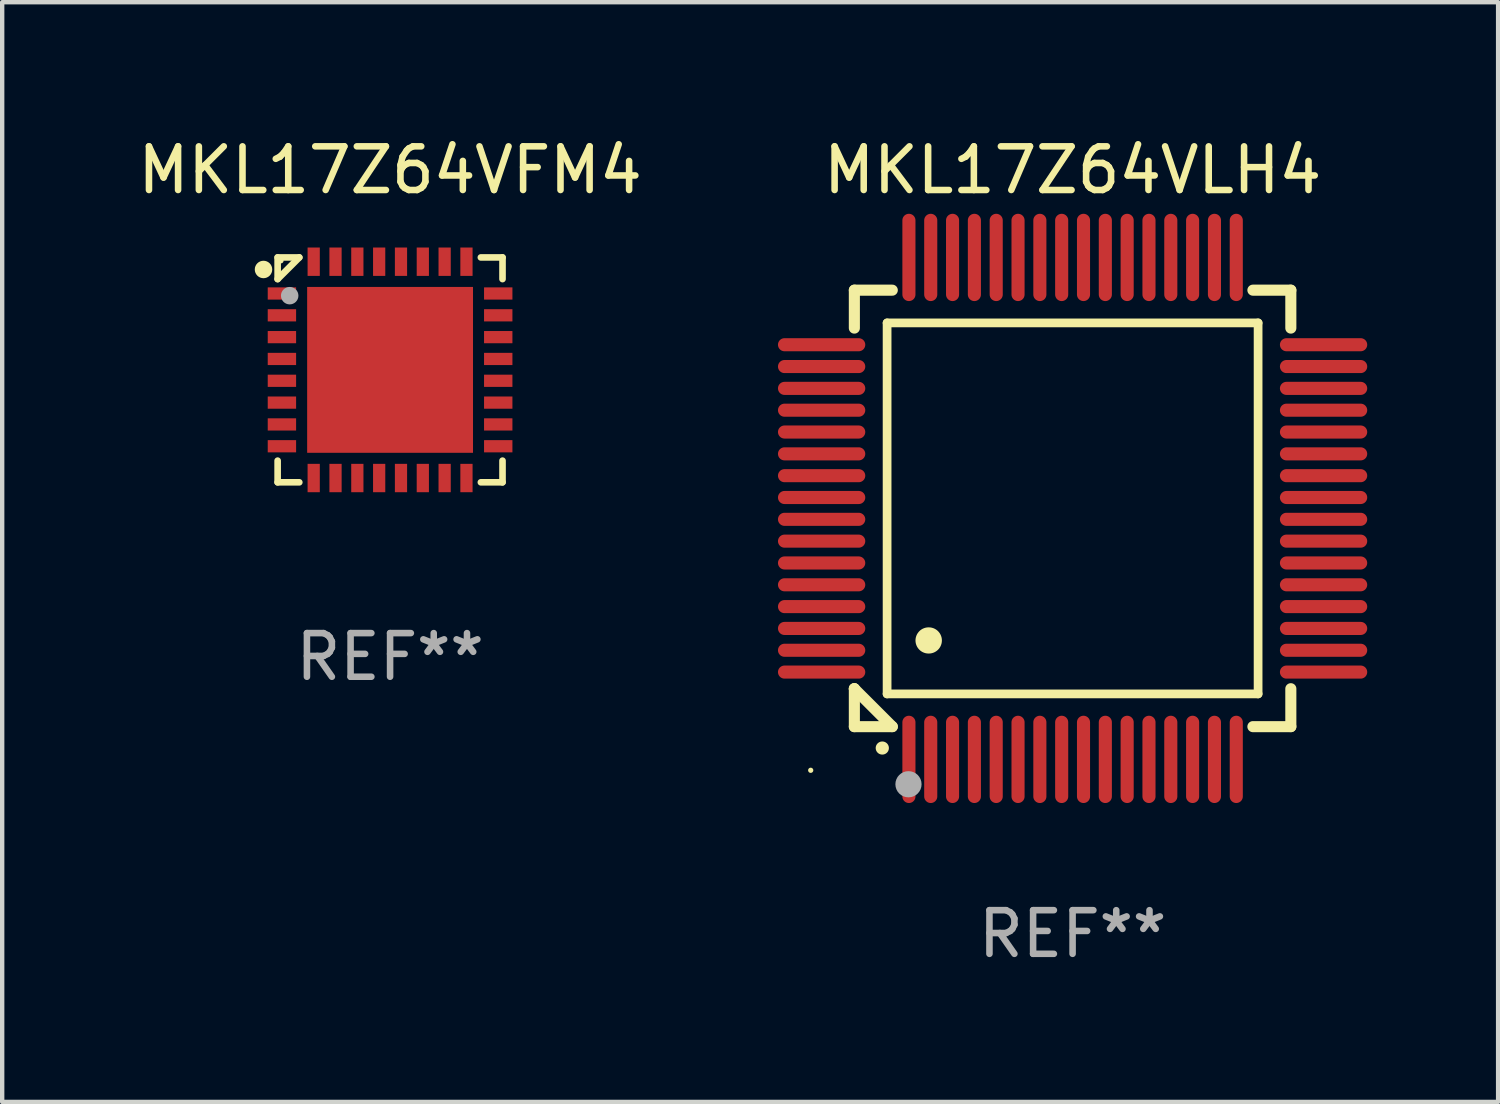
<source format=kicad_pcb>
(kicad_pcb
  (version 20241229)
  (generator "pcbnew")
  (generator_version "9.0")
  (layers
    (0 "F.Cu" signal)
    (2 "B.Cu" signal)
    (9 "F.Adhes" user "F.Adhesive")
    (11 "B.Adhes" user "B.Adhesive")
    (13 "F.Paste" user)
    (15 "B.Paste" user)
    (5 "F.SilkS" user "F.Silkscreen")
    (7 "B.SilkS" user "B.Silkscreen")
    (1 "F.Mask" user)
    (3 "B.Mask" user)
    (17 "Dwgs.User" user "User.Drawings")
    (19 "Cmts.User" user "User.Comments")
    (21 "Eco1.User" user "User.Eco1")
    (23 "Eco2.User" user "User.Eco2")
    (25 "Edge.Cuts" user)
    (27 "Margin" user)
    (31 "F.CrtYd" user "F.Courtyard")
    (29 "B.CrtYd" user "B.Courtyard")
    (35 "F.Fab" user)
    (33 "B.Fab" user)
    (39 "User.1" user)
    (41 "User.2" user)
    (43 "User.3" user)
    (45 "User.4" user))
  (footprint "MKL17Z64VFM4"
    (layer "F.Cu")
    (at 5.887 5.424)
    (property "Reference" "MKL17Z64VFM4" (at 0 -4.576 0) (layer "F.SilkS") (effects (font (size 1 1) (thickness 0.15))))
    (attr through_hole)
    (fp_line (start -2.576 -2.576) (end -2.576 -2.08) (stroke (width 0.152) (type solid)) (layer "F.SilkS"))
    (fp_line (start -2.576 2.576) (end -2.576 2.08) (stroke (width 0.152) (type solid)) (layer "F.SilkS"))
    (fp_line (start -2.08 -2.576) (end -2.576 -2.576) (stroke (width 0.152) (type solid)) (layer "F.SilkS"))
    (fp_line (start -2.08 -2.576) (end -2.576 -2.08) (stroke (width 0.152) (type solid)) (layer "F.SilkS"))
    (fp_line (start -2.08 2.576) (end -2.576 2.576) (stroke (width 0.152) (type solid)) (layer "F.SilkS"))
    (fp_line (start 2.08 -2.576) (end 2.576 -2.576) (stroke (width 0.152) (type solid)) (layer "F.SilkS"))
    (fp_line (start 2.08 2.576) (end 2.576 2.576) (stroke (width 0.152) (type solid)) (layer "F.SilkS"))
    (fp_line (start 2.576 -2.576) (end 2.576 -2.08) (stroke (width 0.152) (type solid)) (layer "F.SilkS"))
    (fp_line (start 2.576 2.576) (end 2.576 2.08) (stroke (width 0.152) (type solid)) (layer "F.SilkS"))
    (fp_circle (center -2.9 -2.3) (end -2.8 -2.3) (stroke (width 0.2) (type solid)) (fill no) (layer "F.SilkS"))
    (fp_circle (center -2.5 -2.5) (end -2.47 -2.5) (stroke (width 0.06) (type solid)) (fill no) (layer "F.SilkS"))
    (fp_circle (center -2.3 -1.7) (end -2.2 -1.7) (stroke (width 0.2) (type solid)) (fill no) (layer "F.Fab"))
    (fp_text user "REF**" (at 0 6.576 0) (layer "F.Fab") (effects (font (size 1 1) (thickness 0.15))))
    (pad "1" smd rect (at -2.478 -1.75) (size 0.65 0.28) (layers "F.Cu" "F.Mask" "F.Paste"))
    (pad "2" smd rect (at -2.478 -1.25) (size 0.65 0.28) (layers "F.Cu" "F.Mask" "F.Paste"))
    (pad "3" smd rect (at -2.478 -0.75) (size 0.65 0.28) (layers "F.Cu" "F.Mask" "F.Paste"))
    (pad "4" smd rect (at -2.478 -0.25) (size 0.65 0.28) (layers "F.Cu" "F.Mask" "F.Paste"))
    (pad "5" smd rect (at -2.478 0.25) (size 0.65 0.28) (layers "F.Cu" "F.Mask" "F.Paste"))
    (pad "6" smd rect (at -2.478 0.75) (size 0.65 0.28) (layers "F.Cu" "F.Mask" "F.Paste"))
    (pad "7" smd rect (at -2.478 1.25) (size 0.65 0.28) (layers "F.Cu" "F.Mask" "F.Paste"))
    (pad "8" smd rect (at -2.478 1.75) (size 0.65 0.28) (layers "F.Cu" "F.Mask" "F.Paste"))
    (pad "9" smd rect (at -1.75 2.478) (size 0.28 0.65) (layers "F.Cu" "F.Mask" "F.Paste"))
    (pad "10" smd rect (at -1.25 2.478) (size 0.28 0.65) (layers "F.Cu" "F.Mask" "F.Paste"))
    (pad "11" smd rect (at -0.75 2.478) (size 0.28 0.65) (layers "F.Cu" "F.Mask" "F.Paste"))
    (pad "12" smd rect (at -0.25 2.478) (size 0.28 0.65) (layers "F.Cu" "F.Mask" "F.Paste"))
    (pad "13" smd rect (at 0.25 2.478) (size 0.28 0.65) (layers "F.Cu" "F.Mask" "F.Paste"))
    (pad "14" smd rect (at 0.75 2.478) (size 0.28 0.65) (layers "F.Cu" "F.Mask" "F.Paste"))
    (pad "15" smd rect (at 1.25 2.478) (size 0.28 0.65) (layers "F.Cu" "F.Mask" "F.Paste"))
    (pad "16" smd rect (at 1.75 2.478) (size 0.28 0.65) (layers "F.Cu" "F.Mask" "F.Paste"))
    (pad "17" smd rect (at 2.478 1.75) (size 0.65 0.28) (layers "F.Cu" "F.Mask" "F.Paste"))
    (pad "18" smd rect (at 2.478 1.25) (size 0.65 0.28) (layers "F.Cu" "F.Mask" "F.Paste"))
    (pad "19" smd rect (at 2.478 0.75) (size 0.65 0.28) (layers "F.Cu" "F.Mask" "F.Paste"))
    (pad "20" smd rect (at 2.478 0.25) (size 0.65 0.28) (layers "F.Cu" "F.Mask" "F.Paste"))
    (pad "21" smd rect (at 2.478 -0.25) (size 0.65 0.28) (layers "F.Cu" "F.Mask" "F.Paste"))
    (pad "22" smd rect (at 2.478 -0.75) (size 0.65 0.28) (layers "F.Cu" "F.Mask" "F.Paste"))
    (pad "23" smd rect (at 2.478 -1.25) (size 0.65 0.28) (layers "F.Cu" "F.Mask" "F.Paste"))
    (pad "24" smd rect (at 2.478 -1.75) (size 0.65 0.28) (layers "F.Cu" "F.Mask" "F.Paste"))
    (pad "25" smd rect (at 1.75 -2.478) (size 0.28 0.65) (layers "F.Cu" "F.Mask" "F.Paste"))
    (pad "26" smd rect (at 1.25 -2.478) (size 0.28 0.65) (layers "F.Cu" "F.Mask" "F.Paste"))
    (pad "27" smd rect (at 0.75 -2.478) (size 0.28 0.65) (layers "F.Cu" "F.Mask" "F.Paste"))
    (pad "28" smd rect (at 0.25 -2.478) (size 0.28 0.65) (layers "F.Cu" "F.Mask" "F.Paste"))
    (pad "29" smd rect (at -0.25 -2.478) (size 0.28 0.65) (layers "F.Cu" "F.Mask" "F.Paste"))
    (pad "30" smd rect (at -0.75 -2.478) (size 0.28 0.65) (layers "F.Cu" "F.Mask" "F.Paste"))
    (pad "31" smd rect (at -1.25 -2.478) (size 0.28 0.65) (layers "F.Cu" "F.Mask" "F.Paste"))
    (pad "32" smd rect (at -1.75 -2.478) (size 0.28 0.65) (layers "F.Cu" "F.Mask" "F.Paste"))
    (pad "33" smd rect (at 0 0) (size 3.8 3.8) (layers "F.Cu" "F.Mask" "F.Paste")))
  (footprint "MKL17Z64VLH4"
    (layer "F.Cu")
    (at 21.524 8.598)
    (property "Reference" "MKL17Z64VLH4" (at 0 -7.75 0) (layer "F.SilkS") (effects (font (size 1 1) (thickness 0.15))))
    (attr through_hole)
    (fp_line (start -5 -5) (end -4.131 -5) (stroke (width 0.254) (type solid)) (layer "F.SilkS"))
    (fp_line (start -5 -4.131) (end -5 -5) (stroke (width 0.254) (type solid)) (layer "F.SilkS"))
    (fp_line (start -5 4.131) (end -5 4.131) (stroke (width 0.254) (type solid)) (layer "F.SilkS"))
    (fp_line (start -5 5) (end -5 4.131) (stroke (width 0.254) (type solid)) (layer "F.SilkS"))
    (fp_line (start -5 4.131) (end -4.131 5) (stroke (width 0.254) (type solid)) (layer "F.SilkS"))
    (fp_line (start -4.25 -4.25) (end -4.25 4.25) (stroke (width 0.2) (type solid)) (layer "F.SilkS"))
    (fp_line (start -4.25 4.25) (end 4.25 4.25) (stroke (width 0.2) (type solid)) (layer "F.SilkS"))
    (fp_line (start -4.131 5) (end -5 5) (stroke (width 0.254) (type solid)) (layer "F.SilkS"))
    (fp_line (start 4.25 -4.25) (end -4.25 -4.25) (stroke (width 0.2) (type solid)) (layer "F.SilkS"))
    (fp_line (start 4.25 4.25) (end 4.25 -4.25) (stroke (width 0.2) (type solid)) (layer "F.SilkS"))
    (fp_line (start 5 -5) (end 4.131 -5) (stroke (width 0.254) (type solid)) (layer "F.SilkS"))
    (fp_line (start 5 -5) (end 5 -4.131) (stroke (width 0.254) (type solid)) (layer "F.SilkS"))
    (fp_line (start 5 4.131) (end 5 5) (stroke (width 0.254) (type solid)) (layer "F.SilkS"))
    (fp_line (start 5 5) (end 4.131 5) (stroke (width 0.254) (type solid)) (layer "F.SilkS"))
    (fp_arc (start -4.361265 5.489992) (mid -4.359995 5.489987) (end -4.358725 5.489992) (stroke (width 0.3) (type solid)) (layer "F.SilkS"))
    (fp_arc (start -3.299467 3.025146) (mid -3.296927 3.025135) (end -3.294387 3.025146) (stroke (width 0.6) (type solid)) (layer "F.SilkS"))
    (fp_circle (center -6 6) (end -5.97 6) (stroke (width 0.06) (type solid)) (fill no) (layer "F.SilkS"))
    (fp_circle (center -3.76 6.32) (end -3.61 6.32) (stroke (width 0.3) (type solid)) (fill no) (layer "F.Fab"))
    (fp_text user "REF**" (at 0 9.75 0) (layer "F.Fab") (effects (font (size 1 1) (thickness 0.15))))
    (pad "1" smd oval (at -3.75 5.75) (size 0.3 2) (layers "F.Cu" "F.Mask" "F.Paste"))
    (pad "2" smd oval (at -3.25 5.75) (size 0.3 2) (layers "F.Cu" "F.Mask" "F.Paste"))
    (pad "3" smd oval (at -2.75 5.75) (size 0.3 2) (layers "F.Cu" "F.Mask" "F.Paste"))
    (pad "4" smd oval (at -2.25 5.75) (size 0.3 2) (layers "F.Cu" "F.Mask" "F.Paste"))
    (pad "5" smd oval (at -1.75 5.75) (size 0.3 2) (layers "F.Cu" "F.Mask" "F.Paste"))
    (pad "6" smd oval (at -1.25 5.75) (size 0.3 2) (layers "F.Cu" "F.Mask" "F.Paste"))
    (pad "7" smd oval (at -0.75 5.75) (size 0.3 2) (layers "F.Cu" "F.Mask" "F.Paste"))
    (pad "8" smd oval (at -0.25 5.75) (size 0.3 2) (layers "F.Cu" "F.Mask" "F.Paste"))
    (pad "9" smd oval (at 0.25 5.75) (size 0.3 2) (layers "F.Cu" "F.Mask" "F.Paste"))
    (pad "10" smd oval (at 0.75 5.75) (size 0.3 2) (layers "F.Cu" "F.Mask" "F.Paste"))
    (pad "11" smd oval (at 1.25 5.75) (size 0.3 2) (layers "F.Cu" "F.Mask" "F.Paste"))
    (pad "12" smd oval (at 1.75 5.75) (size 0.3 2) (layers "F.Cu" "F.Mask" "F.Paste"))
    (pad "13" smd oval (at 2.25 5.75) (size 0.3 2) (layers "F.Cu" "F.Mask" "F.Paste"))
    (pad "14" smd oval (at 2.75 5.75) (size 0.3 2) (layers "F.Cu" "F.Mask" "F.Paste"))
    (pad "15" smd oval (at 3.25 5.75) (size 0.3 2) (layers "F.Cu" "F.Mask" "F.Paste"))
    (pad "16" smd oval (at 3.75 5.75) (size 0.3 2) (layers "F.Cu" "F.Mask" "F.Paste"))
    (pad "17" smd oval (at 5.75 3.75) (size 2 0.3) (layers "F.Cu" "F.Mask" "F.Paste"))
    (pad "18" smd oval (at 5.75 3.25) (size 2 0.3) (layers "F.Cu" "F.Mask" "F.Paste"))
    (pad "19" smd oval (at 5.75 2.75) (size 2 0.3) (layers "F.Cu" "F.Mask" "F.Paste"))
    (pad "20" smd oval (at 5.75 2.25) (size 2 0.3) (layers "F.Cu" "F.Mask" "F.Paste"))
    (pad "21" smd oval (at 5.75 1.75) (size 2 0.3) (layers "F.Cu" "F.Mask" "F.Paste"))
    (pad "22" smd oval (at 5.75 1.25) (size 2 0.3) (layers "F.Cu" "F.Mask" "F.Paste"))
    (pad "23" smd oval (at 5.75 0.75) (size 2 0.3) (layers "F.Cu" "F.Mask" "F.Paste"))
    (pad "24" smd oval (at 5.75 0.25) (size 2 0.3) (layers "F.Cu" "F.Mask" "F.Paste"))
    (pad "25" smd oval (at 5.75 -0.25) (size 2 0.3) (layers "F.Cu" "F.Mask" "F.Paste"))
    (pad "26" smd oval (at 5.75 -0.75) (size 2 0.3) (layers "F.Cu" "F.Mask" "F.Paste"))
    (pad "27" smd oval (at 5.75 -1.25) (size 2 0.3) (layers "F.Cu" "F.Mask" "F.Paste"))
    (pad "28" smd oval (at 5.75 -1.75) (size 2 0.3) (layers "F.Cu" "F.Mask" "F.Paste"))
    (pad "29" smd oval (at 5.75 -2.25) (size 2 0.3) (layers "F.Cu" "F.Mask" "F.Paste"))
    (pad "30" smd oval (at 5.75 -2.75) (size 2 0.3) (layers "F.Cu" "F.Mask" "F.Paste"))
    (pad "31" smd oval (at 5.75 -3.25) (size 2 0.3) (layers "F.Cu" "F.Mask" "F.Paste"))
    (pad "32" smd oval (at 5.75 -3.75) (size 2 0.3) (layers "F.Cu" "F.Mask" "F.Paste"))
    (pad "33" smd oval (at 3.75 -5.75) (size 0.3 2) (layers "F.Cu" "F.Mask" "F.Paste"))
    (pad "34" smd oval (at 3.25 -5.75) (size 0.3 2) (layers "F.Cu" "F.Mask" "F.Paste"))
    (pad "35" smd oval (at 2.75 -5.75) (size 0.3 2) (layers "F.Cu" "F.Mask" "F.Paste"))
    (pad "36" smd oval (at 2.25 -5.75) (size 0.3 2) (layers "F.Cu" "F.Mask" "F.Paste"))
    (pad "37" smd oval (at 1.75 -5.75) (size 0.3 2) (layers "F.Cu" "F.Mask" "F.Paste"))
    (pad "38" smd oval (at 1.25 -5.75) (size 0.3 2) (layers "F.Cu" "F.Mask" "F.Paste"))
    (pad "39" smd oval (at 0.75 -5.75) (size 0.3 2) (layers "F.Cu" "F.Mask" "F.Paste"))
    (pad "40" smd oval (at 0.25 -5.75) (size 0.3 2) (layers "F.Cu" "F.Mask" "F.Paste"))
    (pad "41" smd oval (at -0.25 -5.75) (size 0.3 2) (layers "F.Cu" "F.Mask" "F.Paste"))
    (pad "42" smd oval (at -0.75 -5.75) (size 0.3 2) (layers "F.Cu" "F.Mask" "F.Paste"))
    (pad "43" smd oval (at -1.25 -5.75) (size 0.3 2) (layers "F.Cu" "F.Mask" "F.Paste"))
    (pad "44" smd oval (at -1.75 -5.75) (size 0.3 2) (layers "F.Cu" "F.Mask" "F.Paste"))
    (pad "45" smd oval (at -2.25 -5.75) (size 0.3 2) (layers "F.Cu" "F.Mask" "F.Paste"))
    (pad "46" smd oval (at -2.75 -5.75) (size 0.3 2) (layers "F.Cu" "F.Mask" "F.Paste"))
    (pad "47" smd oval (at -3.25 -5.75) (size 0.3 2) (layers "F.Cu" "F.Mask" "F.Paste"))
    (pad "48" smd oval (at -3.75 -5.75) (size 0.3 2) (layers "F.Cu" "F.Mask" "F.Paste"))
    (pad "49" smd oval (at -5.75 -3.75) (size 2 0.3) (layers "F.Cu" "F.Mask" "F.Paste"))
    (pad "50" smd oval (at -5.75 -3.25) (size 2 0.3) (layers "F.Cu" "F.Mask" "F.Paste"))
    (pad "51" smd oval (at -5.75 -2.75) (size 2 0.3) (layers "F.Cu" "F.Mask" "F.Paste"))
    (pad "52" smd oval (at -5.75 -2.25) (size 2 0.3) (layers "F.Cu" "F.Mask" "F.Paste"))
    (pad "53" smd oval (at -5.75 -1.75) (size 2 0.3) (layers "F.Cu" "F.Mask" "F.Paste"))
    (pad "54" smd oval (at -5.75 -1.25) (size 2 0.3) (layers "F.Cu" "F.Mask" "F.Paste"))
    (pad "55" smd oval (at -5.75 -0.75) (size 2 0.3) (layers "F.Cu" "F.Mask" "F.Paste"))
    (pad "56" smd oval (at -5.75 -0.25) (size 2 0.3) (layers "F.Cu" "F.Mask" "F.Paste"))
    (pad "57" smd oval (at -5.75 0.25) (size 2 0.3) (layers "F.Cu" "F.Mask" "F.Paste"))
    (pad "58" smd oval (at -5.75 0.75) (size 2 0.3) (layers "F.Cu" "F.Mask" "F.Paste"))
    (pad "59" smd oval (at -5.75 1.25) (size 2 0.3) (layers "F.Cu" "F.Mask" "F.Paste"))
    (pad "60" smd oval (at -5.75 1.75) (size 2 0.3) (layers "F.Cu" "F.Mask" "F.Paste"))
    (pad "61" smd oval (at -5.75 2.25) (size 2 0.3) (layers "F.Cu" "F.Mask" "F.Paste"))
    (pad "62" smd oval (at -5.75 2.75) (size 2 0.3) (layers "F.Cu" "F.Mask" "F.Paste"))
    (pad "63" smd oval (at -5.75 3.25) (size 2 0.3) (layers "F.Cu" "F.Mask" "F.Paste"))
    (pad "64" smd oval (at -5.75 3.75) (size 2 0.3) (layers "F.Cu" "F.Mask" "F.Paste")))
  (gr_rect
    (start -3 -3)
    (end 31.273 22.196)
    (stroke (width 0.1) (type default))
    (fill no)
    (layer "Edge.Cuts")))
</source>
